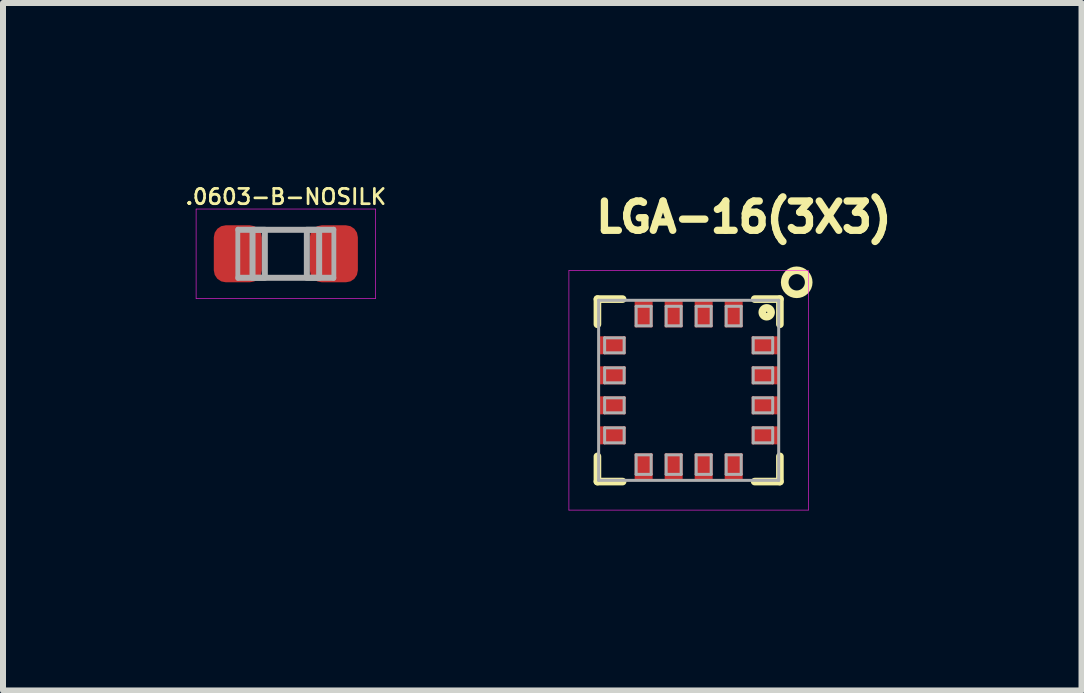
<source format=kicad_pcb>
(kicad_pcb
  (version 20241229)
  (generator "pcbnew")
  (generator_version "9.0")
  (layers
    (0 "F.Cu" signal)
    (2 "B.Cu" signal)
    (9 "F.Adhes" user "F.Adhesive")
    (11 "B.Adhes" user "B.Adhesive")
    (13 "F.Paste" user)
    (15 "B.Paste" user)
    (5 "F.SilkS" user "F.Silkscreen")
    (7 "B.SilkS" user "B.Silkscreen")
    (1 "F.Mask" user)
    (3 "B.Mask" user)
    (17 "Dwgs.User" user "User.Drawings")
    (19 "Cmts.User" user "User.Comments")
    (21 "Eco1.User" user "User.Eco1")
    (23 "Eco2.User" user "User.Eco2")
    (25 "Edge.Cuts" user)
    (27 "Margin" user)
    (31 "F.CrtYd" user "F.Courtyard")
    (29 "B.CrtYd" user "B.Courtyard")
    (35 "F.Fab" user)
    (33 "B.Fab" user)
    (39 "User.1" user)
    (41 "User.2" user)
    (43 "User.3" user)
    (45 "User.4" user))
  (footprint "LGA-16(3X3)"
    (layer "F.Cu")
    (at 8.423 3.453)
    (property "Reference" "LGA-16(3X3)" (at -1.6 -2.6 0) (layer "F.SilkS") (effects (font (size 0.488 0.488) (thickness 0.122)) (justify left bottom)))
    (fp_line (start -1.52 -1.52) (end -1.1 -1.52) (stroke (width 0.127) (type solid)) (layer "F.SilkS"))
    (fp_line (start -1.52 -1.1) (end -1.52 -1.52) (stroke (width 0.127) (type solid)) (layer "F.SilkS"))
    (fp_line (start -1.52 1.52) (end -1.52 1.1) (stroke (width 0.127) (type solid)) (layer "F.SilkS"))
    (fp_line (start -1.52 1.52) (end -1.1 1.52) (stroke (width 0.127) (type solid)) (layer "F.SilkS"))
    (fp_line (start 1.52 -1.52) (end 1.1 -1.52) (stroke (width 0.127) (type solid)) (layer "F.SilkS"))
    (fp_line (start 1.52 -1.52) (end 1.52 -1.1) (stroke (width 0.127) (type solid)) (layer "F.SilkS"))
    (fp_line (start 1.52 1.52) (end 1.1 1.52) (stroke (width 0.127) (type solid)) (layer "F.SilkS"))
    (fp_line (start 1.52 1.52) (end 1.52 1.1) (stroke (width 0.127) (type solid)) (layer "F.SilkS"))
    (fp_circle (center 1.3 -1.3) (end 1.31 -1.3) (stroke (width 0.127) (type solid)) (fill no) (layer "F.SilkS"))
    (fp_circle (center 1.8 -1.8) (end 2 -1.8) (stroke (width 0.127) (type solid)) (fill no) (layer "F.SilkS"))
    (fp_line (start -1.995 -1.995) (end -1.995 1.995) (stroke (width 0.01) (type solid)) (layer "F.CrtYd"))
    (fp_line (start -1.995 1.995) (end 1.995 1.995) (stroke (width 0.01) (type solid)) (layer "F.CrtYd"))
    (fp_line (start 1.995 -1.995) (end -1.995 -1.995) (stroke (width 0.01) (type solid)) (layer "F.CrtYd"))
    (fp_line (start 1.995 1.995) (end 1.995 -1.995) (stroke (width 0.01) (type solid)) (layer "F.CrtYd"))
    (fp_line (start -1.5 -1.5) (end -1.5 1.5) (stroke (width 0.05) (type solid)) (layer "F.Fab"))
    (fp_line (start -1.5 1.5) (end 1.5 1.5) (stroke (width 0.05) (type solid)) (layer "F.Fab"))
    (fp_line (start -1.4 -0.875) (end -1.4 -0.625) (stroke (width 0.05) (type solid)) (layer "F.Fab"))
    (fp_line (start -1.4 -0.625) (end -1.075 -0.625) (stroke (width 0.05) (type solid)) (layer "F.Fab"))
    (fp_line (start -1.4 -0.375) (end -1.4 -0.125) (stroke (width 0.05) (type solid)) (layer "F.Fab"))
    (fp_line (start -1.4 -0.125) (end -1.075 -0.125) (stroke (width 0.05) (type solid)) (layer "F.Fab"))
    (fp_line (start -1.4 0.125) (end -1.075 0.125) (stroke (width 0.05) (type solid)) (layer "F.Fab"))
    (fp_line (start -1.4 0.375) (end -1.4 0.125) (stroke (width 0.05) (type solid)) (layer "F.Fab"))
    (fp_line (start -1.4 0.625) (end -1.075 0.625) (stroke (width 0.05) (type solid)) (layer "F.Fab"))
    (fp_line (start -1.4 0.875) (end -1.4 0.625) (stroke (width 0.05) (type solid)) (layer "F.Fab"))
    (fp_line (start -1.075 -0.875) (end -1.4 -0.875) (stroke (width 0.05) (type solid)) (layer "F.Fab"))
    (fp_line (start -1.075 -0.625) (end -1.075 -0.875) (stroke (width 0.05) (type solid)) (layer "F.Fab"))
    (fp_line (start -1.075 -0.375) (end -1.4 -0.375) (stroke (width 0.05) (type solid)) (layer "F.Fab"))
    (fp_line (start -1.075 -0.125) (end -1.075 -0.375) (stroke (width 0.05) (type solid)) (layer "F.Fab"))
    (fp_line (start -1.075 0.125) (end -1.075 0.375) (stroke (width 0.05) (type solid)) (layer "F.Fab"))
    (fp_line (start -1.075 0.375) (end -1.4 0.375) (stroke (width 0.05) (type solid)) (layer "F.Fab"))
    (fp_line (start -1.075 0.625) (end -1.075 0.875) (stroke (width 0.05) (type solid)) (layer "F.Fab"))
    (fp_line (start -1.075 0.875) (end -1.4 0.875) (stroke (width 0.05) (type solid)) (layer "F.Fab"))
    (fp_line (start -0.875 -1.4) (end -0.625 -1.4) (stroke (width 0.05) (type solid)) (layer "F.Fab"))
    (fp_line (start -0.875 -1.075) (end -0.875 -1.4) (stroke (width 0.05) (type solid)) (layer "F.Fab"))
    (fp_line (start -0.875 1.075) (end -0.625 1.075) (stroke (width 0.05) (type solid)) (layer "F.Fab"))
    (fp_line (start -0.875 1.4) (end -0.875 1.075) (stroke (width 0.05) (type solid)) (layer "F.Fab"))
    (fp_line (start -0.625 -1.4) (end -0.625 -1.075) (stroke (width 0.05) (type solid)) (layer "F.Fab"))
    (fp_line (start -0.625 -1.075) (end -0.875 -1.075) (stroke (width 0.05) (type solid)) (layer "F.Fab"))
    (fp_line (start -0.625 1.075) (end -0.625 1.4) (stroke (width 0.05) (type solid)) (layer "F.Fab"))
    (fp_line (start -0.625 1.4) (end -0.875 1.4) (stroke (width 0.05) (type solid)) (layer "F.Fab"))
    (fp_line (start -0.375 -1.4) (end -0.125 -1.4) (stroke (width 0.05) (type solid)) (layer "F.Fab"))
    (fp_line (start -0.375 -1.075) (end -0.375 -1.4) (stroke (width 0.05) (type solid)) (layer "F.Fab"))
    (fp_line (start -0.375 1.075) (end -0.125 1.075) (stroke (width 0.05) (type solid)) (layer "F.Fab"))
    (fp_line (start -0.375 1.4) (end -0.375 1.075) (stroke (width 0.05) (type solid)) (layer "F.Fab"))
    (fp_line (start -0.125 -1.4) (end -0.125 -1.075) (stroke (width 0.05) (type solid)) (layer "F.Fab"))
    (fp_line (start -0.125 -1.075) (end -0.375 -1.075) (stroke (width 0.05) (type solid)) (layer "F.Fab"))
    (fp_line (start -0.125 1.075) (end -0.125 1.4) (stroke (width 0.05) (type solid)) (layer "F.Fab"))
    (fp_line (start -0.125 1.4) (end -0.375 1.4) (stroke (width 0.05) (type solid)) (layer "F.Fab"))
    (fp_line (start 0.125 -1.4) (end 0.375 -1.4) (stroke (width 0.05) (type solid)) (layer "F.Fab"))
    (fp_line (start 0.125 -1.075) (end 0.125 -1.4) (stroke (width 0.05) (type solid)) (layer "F.Fab"))
    (fp_line (start 0.125 1.075) (end 0.125 1.4) (stroke (width 0.05) (type solid)) (layer "F.Fab"))
    (fp_line (start 0.125 1.4) (end 0.375 1.4) (stroke (width 0.05) (type solid)) (layer "F.Fab"))
    (fp_line (start 0.375 -1.4) (end 0.375 -1.075) (stroke (width 0.05) (type solid)) (layer "F.Fab"))
    (fp_line (start 0.375 -1.075) (end 0.125 -1.075) (stroke (width 0.05) (type solid)) (layer "F.Fab"))
    (fp_line (start 0.375 1.075) (end 0.125 1.075) (stroke (width 0.05) (type solid)) (layer "F.Fab"))
    (fp_line (start 0.375 1.4) (end 0.375 1.075) (stroke (width 0.05) (type solid)) (layer "F.Fab"))
    (fp_line (start 0.625 -1.4) (end 0.875 -1.4) (stroke (width 0.05) (type solid)) (layer "F.Fab"))
    (fp_line (start 0.625 -1.075) (end 0.625 -1.4) (stroke (width 0.05) (type solid)) (layer "F.Fab"))
    (fp_line (start 0.625 1.075) (end 0.875 1.075) (stroke (width 0.05) (type solid)) (layer "F.Fab"))
    (fp_line (start 0.625 1.4) (end 0.625 1.075) (stroke (width 0.05) (type solid)) (layer "F.Fab"))
    (fp_line (start 0.875 -1.4) (end 0.875 -1.075) (stroke (width 0.05) (type solid)) (layer "F.Fab"))
    (fp_line (start 0.875 -1.075) (end 0.625 -1.075) (stroke (width 0.05) (type solid)) (layer "F.Fab"))
    (fp_line (start 0.875 1.075) (end 0.875 1.4) (stroke (width 0.05) (type solid)) (layer "F.Fab"))
    (fp_line (start 0.875 1.4) (end 0.625 1.4) (stroke (width 0.05) (type solid)) (layer "F.Fab"))
    (fp_line (start 1.075 -0.875) (end 1.4 -0.875) (stroke (width 0.05) (type solid)) (layer "F.Fab"))
    (fp_line (start 1.075 -0.625) (end 1.075 -0.875) (stroke (width 0.05) (type solid)) (layer "F.Fab"))
    (fp_line (start 1.075 -0.375) (end 1.4 -0.375) (stroke (width 0.05) (type solid)) (layer "F.Fab"))
    (fp_line (start 1.075 -0.125) (end 1.075 -0.375) (stroke (width 0.05) (type solid)) (layer "F.Fab"))
    (fp_line (start 1.075 0.125) (end 1.075 0.375) (stroke (width 0.05) (type solid)) (layer "F.Fab"))
    (fp_line (start 1.075 0.375) (end 1.4 0.375) (stroke (width 0.05) (type solid)) (layer "F.Fab"))
    (fp_line (start 1.075 0.625) (end 1.075 0.875) (stroke (width 0.05) (type solid)) (layer "F.Fab"))
    (fp_line (start 1.075 0.875) (end 1.4 0.875) (stroke (width 0.05) (type solid)) (layer "F.Fab"))
    (fp_line (start 1.4 -0.875) (end 1.4 -0.625) (stroke (width 0.05) (type solid)) (layer "F.Fab"))
    (fp_line (start 1.4 -0.625) (end 1.075 -0.625) (stroke (width 0.05) (type solid)) (layer "F.Fab"))
    (fp_line (start 1.4 -0.375) (end 1.4 -0.125) (stroke (width 0.05) (type solid)) (layer "F.Fab"))
    (fp_line (start 1.4 -0.125) (end 1.075 -0.125) (stroke (width 0.05) (type solid)) (layer "F.Fab"))
    (fp_line (start 1.4 0.125) (end 1.075 0.125) (stroke (width 0.05) (type solid)) (layer "F.Fab"))
    (fp_line (start 1.4 0.375) (end 1.4 0.125) (stroke (width 0.05) (type solid)) (layer "F.Fab"))
    (fp_line (start 1.4 0.625) (end 1.075 0.625) (stroke (width 0.05) (type solid)) (layer "F.Fab"))
    (fp_line (start 1.4 0.875) (end 1.4 0.625) (stroke (width 0.05) (type solid)) (layer "F.Fab"))
    (fp_line (start 1.5 -1.5) (end -1.5 -1.5) (stroke (width 0.05) (type solid)) (layer "F.Fab"))
    (fp_line (start 1.5 1.5) (end 1.5 -1.5) (stroke (width 0.05) (type solid)) (layer "F.Fab"))
    (pad "1" smd rect (at 0.75 -1.275) (size 0.3 0.45) (layers "F.Cu" "F.Mask" "F.Paste"))
    (pad "2" smd rect (at 0.25 -1.275) (size 0.3 0.45) (layers "F.Cu" "F.Mask" "F.Paste"))
    (pad "3" smd rect (at -0.25 -1.275) (size 0.3 0.45) (layers "F.Cu" "F.Mask" "F.Paste"))
    (pad "4" smd rect (at -0.75 -1.275) (size 0.3 0.45) (layers "F.Cu" "F.Mask" "F.Paste"))
    (pad "5" smd rect (at -1.275 -0.75 90) (size 0.3 0.45) (layers "F.Cu" "F.Mask" "F.Paste"))
    (pad "6" smd rect (at -1.275 -0.25 90) (size 0.3 0.45) (layers "F.Cu" "F.Mask" "F.Paste"))
    (pad "7" smd rect (at -1.275 0.25 90) (size 0.3 0.45) (layers "F.Cu" "F.Mask" "F.Paste"))
    (pad "8" smd rect (at -1.275 0.75 90) (size 0.3 0.45) (layers "F.Cu" "F.Mask" "F.Paste"))
    (pad "9" smd rect (at -0.75 1.275 180) (size 0.3 0.45) (layers "F.Cu" "F.Mask" "F.Paste"))
    (pad "10" smd rect (at -0.25 1.275 180) (size 0.3 0.45) (layers "F.Cu" "F.Mask" "F.Paste"))
    (pad "11" smd rect (at 0.25 1.275 180) (size 0.3 0.45) (layers "F.Cu" "F.Mask" "F.Paste"))
    (pad "12" smd rect (at 0.75 1.275 180) (size 0.3 0.45) (layers "F.Cu" "F.Mask" "F.Paste"))
    (pad "13" smd rect (at 1.275 0.75 270) (size 0.3 0.45) (layers "F.Cu" "F.Mask" "F.Paste"))
    (pad "14" smd rect (at 1.275 0.25 270) (size 0.3 0.45) (layers "F.Cu" "F.Mask" "F.Paste"))
    (pad "15" smd rect (at 1.275 -0.25 270) (size 0.3 0.45) (layers "F.Cu" "F.Mask" "F.Paste"))
    (pad "16" smd rect (at 1.275 -0.75 270) (size 0.3 0.45) (layers "F.Cu" "F.Mask" "F.Paste")))
  (footprint ".0603-B-NOSILK"
    (layer "F.Cu")
    (at 1.712 1.178)
    (property "Reference" ".0603-B-NOSILK" (at 0 -0.95 0) (layer "F.SilkS") (effects (font (size 0.255 0.255) (thickness 0.045))))
    (fp_line (start -1.495 -0.745) (end -1.495 0.745) (stroke (width 0.01) (type solid)) (layer "F.CrtYd"))
    (fp_line (start -1.495 0.745) (end 1.495 0.745) (stroke (width 0.01) (type solid)) (layer "F.CrtYd"))
    (fp_line (start 1.495 -0.745) (end -1.495 -0.745) (stroke (width 0.01) (type solid)) (layer "F.CrtYd"))
    (fp_line (start 1.495 0.745) (end 1.495 -0.745) (stroke (width 0.01) (type solid)) (layer "F.CrtYd"))
    (fp_line (start -0.8 0.41) (end -0.8 -0.41) (stroke (width 0.08) (type solid)) (layer "F.Fab"))
    (fp_line (start -0.79 -0.4) (end 0.79 -0.4) (stroke (width 0.1) (type solid)) (layer "F.Fab"))
    (fp_line (start 0.79 0.4) (end -0.79 0.4) (stroke (width 0.1) (type solid)) (layer "F.Fab"))
    (fp_line (start 0.8 -0.41) (end 0.8 0.41) (stroke (width 0.08) (type solid)) (layer "F.Fab"))
    (fp_poly (pts (xy -0.555 0.4) (xy -0.35 0.4) (xy -0.35 -0.4) (xy -0.555 -0.4)) (stroke (width 0.1) (type solid)) (fill no) (layer "F.Fab"))
    (fp_poly (pts (xy 0.35 0.4) (xy 0.555 0.4) (xy 0.555 -0.4) (xy 0.35 -0.4)) (stroke (width 0.1) (type solid)) (fill no) (layer "F.Fab"))
    (pad "1" smd roundrect (at -0.8 0) (size 0.8 0.95) (layers "F.Cu" "F.Mask" "F.Paste") (roundrect_rratio 0.25))
    (pad "2" smd roundrect (at 0.8 0) (size 0.8 0.95) (layers "F.Cu" "F.Mask" "F.Paste") (roundrect_rratio 0.25)))
  (gr_rect
    (start -3 -3)
    (end 14.968 8.453)
    (stroke (width 0.1) (type default))
    (fill no)
    (layer "Edge.Cuts")))
</source>
